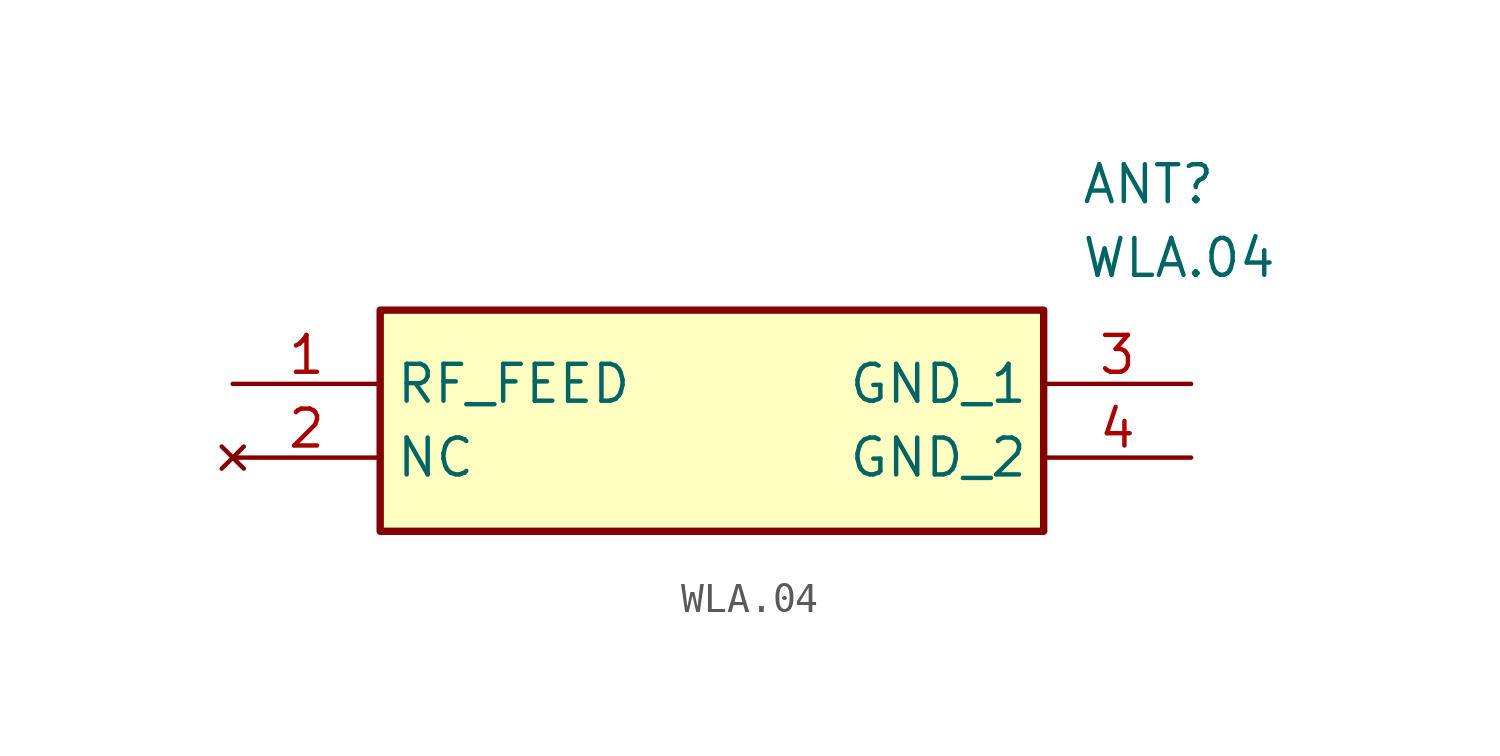
<source format=kicad_sym>
(kicad_symbol_lib
  (version 20211014)
  (generator SamacSys_ECAD_Model)
  (symbol "WLA.04"
    (property "Reference" "ANT"
      (at 29.21 7.62 0)
      (effects (font (size 1.27 1.27)) (justify left top)))
    (property "Value" "WLA.04"
      (at 29.21 5.08 0)
      (effects (font (size 1.27 1.27)) (justify left top)))
    (rectangle
      (start 5.08 2.54)
      (end 27.94 -5.08)
      (stroke (width 0.254) (type default))
      (fill (type background)))
    (pin passive line
      (at 0 0 0)
      (length 5.08)
      (name "RF_FEED" (effects (font (size 1.27 1.27))))
      (number "1" (effects (font (size 1.27 1.27)))))
    (pin no_connect line
      (at 0 -2.54 0)
      (length 5.08)
      (name "NC" (effects (font (size 1.27 1.27))))
      (number "2" (effects (font (size 1.27 1.27)))))
    (pin passive line
      (at 33.02 0 180)
      (length 5.08)
      (name "GND_1" (effects (font (size 1.27 1.27))))
      (number "3" (effects (font (size 1.27 1.27)))))
    (pin passive line
      (at 33.02 -2.54 180)
      (length 5.08)
      (name "GND_2" (effects (font (size 1.27 1.27))))
      (number "4" (effects (font (size 1.27 1.27)))))))
</source>
